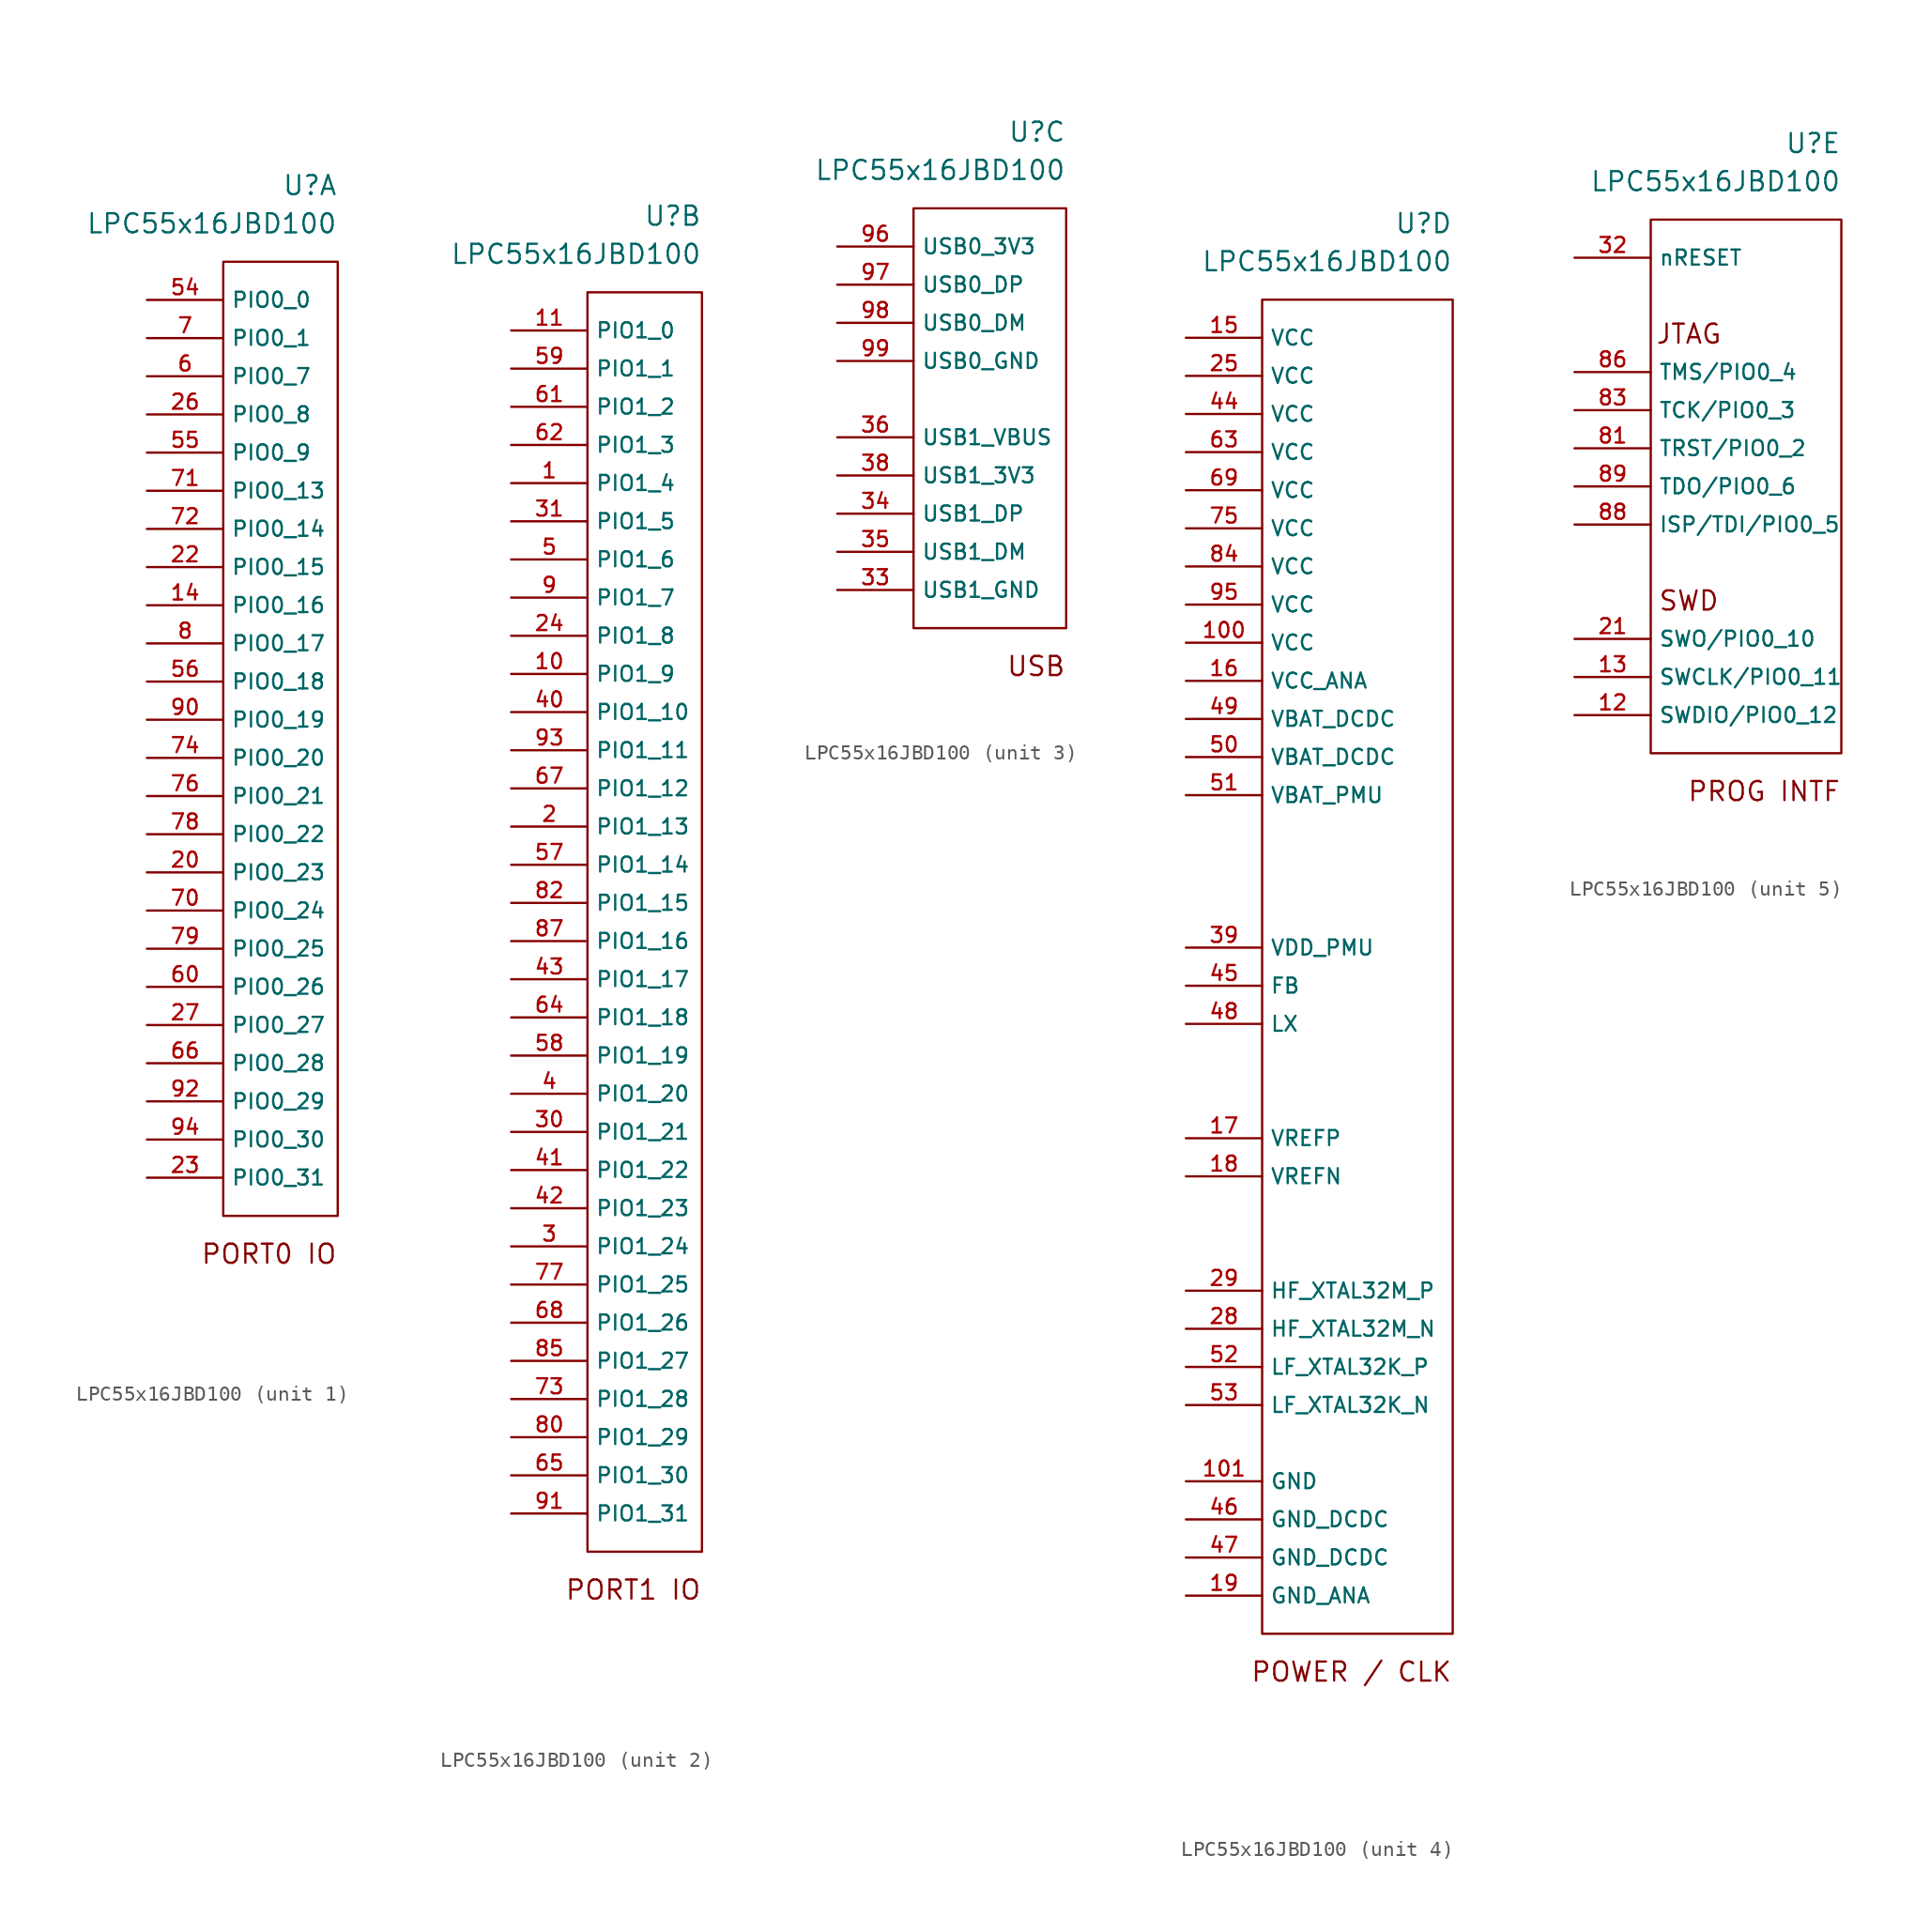
<source format=kicad_sym>
(kicad_symbol_lib
  (version 20220914)
  (generator kicad_symbol_editor)
  (symbol "LPC55x16JBD100"
    (property "Reference" "U"
      (at 0 5.08 0)
      (effects (font (size 1.27 1.27)) (justify right)))
    (property "Value" "LPC55x16JBD100"
      (at 0 2.54 0)
      (effects (font (size 1.27 1.27)) (justify right)))
    (property "ki_locked" ""
      (at 0 0 0)
      (effects (font (size 1.27 1.27))))
    (symbol "LPC55x16JBD100_1_0"
      (text "PORT0 IO" (at 0 -66.04 0) (effects (font (size 1.27 1.27)) (justify right))))
    (symbol "LPC55x16JBD100_1_1"
      (rectangle (start -7.62 0) (end 0 -63.5) (stroke (width 0.152) (type default)) (fill (type none)))
      (pin input line (at -12.7 -22.86 0) (length 5.08) (name "PIO0_16" (effects (font (size 1 1)))) (number "14" (effects (font (size 1 1)))))
      (pin input line (at -12.7 -40.64 0) (length 5.08) (name "PIO0_23" (effects (font (size 1 1)))) (number "20" (effects (font (size 1 1)))))
      (pin input line (at -12.7 -20.32 0) (length 5.08) (name "PIO0_15" (effects (font (size 1 1)))) (number "22" (effects (font (size 1 1)))))
      (pin input line (at -12.7 -60.96 0) (length 5.08) (name "PIO0_31" (effects (font (size 1 1)))) (number "23" (effects (font (size 1 1)))))
      (pin input line (at -12.7 -10.16 0) (length 5.08) (name "PIO0_8" (effects (font (size 1 1)))) (number "26" (effects (font (size 1 1)))))
      (pin input line (at -12.7 -50.8 0) (length 5.08) (name "PIO0_27" (effects (font (size 1 1)))) (number "27" (effects (font (size 1 1)))))
      (pin input line (at -12.7 -2.54 0) (length 5.08) (name "PIO0_0" (effects (font (size 1 1)))) (number "54" (effects (font (size 1 1)))))
      (pin input line (at -12.7 -12.7 0) (length 5.08) (name "PIO0_9" (effects (font (size 1 1)))) (number "55" (effects (font (size 1 1)))))
      (pin input line (at -12.7 -27.94 0) (length 5.08) (name "PIO0_18" (effects (font (size 1 1)))) (number "56" (effects (font (size 1 1)))))
      (pin input line (at -12.7 -7.62 0) (length 5.08) (name "PIO0_7" (effects (font (size 1 1)))) (number "6" (effects (font (size 1 1)))))
      (pin input line (at -12.7 -48.26 0) (length 5.08) (name "PIO0_26" (effects (font (size 1 1)))) (number "60" (effects (font (size 1 1)))))
      (pin input line (at -12.7 -53.34 0) (length 5.08) (name "PIO0_28" (effects (font (size 1 1)))) (number "66" (effects (font (size 1 1)))))
      (pin input line (at -12.7 -5.08 0) (length 5.08) (name "PIO0_1" (effects (font (size 1 1)))) (number "7" (effects (font (size 1 1)))))
      (pin input line (at -12.7 -43.18 0) (length 5.08) (name "PIO0_24" (effects (font (size 1 1)))) (number "70" (effects (font (size 1 1)))))
      (pin input line (at -12.7 -15.24 0) (length 5.08) (name "PIO0_13" (effects (font (size 1 1)))) (number "71" (effects (font (size 1 1)))))
      (pin input line (at -12.7 -17.78 0) (length 5.08) (name "PIO0_14" (effects (font (size 1 1)))) (number "72" (effects (font (size 1 1)))))
      (pin input line (at -12.7 -33.02 0) (length 5.08) (name "PIO0_20" (effects (font (size 1 1)))) (number "74" (effects (font (size 1 1)))))
      (pin input line (at -12.7 -35.56 0) (length 5.08) (name "PIO0_21" (effects (font (size 1 1)))) (number "76" (effects (font (size 1 1)))))
      (pin input line (at -12.7 -38.1 0) (length 5.08) (name "PIO0_22" (effects (font (size 1 1)))) (number "78" (effects (font (size 1 1)))))
      (pin input line (at -12.7 -45.72 0) (length 5.08) (name "PIO0_25" (effects (font (size 1 1)))) (number "79" (effects (font (size 1 1)))))
      (pin input line (at -12.7 -25.4 0) (length 5.08) (name "PIO0_17" (effects (font (size 1 1)))) (number "8" (effects (font (size 1 1)))))
      (pin input line (at -12.7 -30.48 0) (length 5.08) (name "PIO0_19" (effects (font (size 1 1)))) (number "90" (effects (font (size 1 1)))))
      (pin input line (at -12.7 -55.88 0) (length 5.08) (name "PIO0_29" (effects (font (size 1 1)))) (number "92" (effects (font (size 1 1)))))
      (pin input line (at -12.7 -58.42 0) (length 5.08) (name "PIO0_30" (effects (font (size 1 1)))) (number "94" (effects (font (size 1 1))))))
    (symbol "LPC55x16JBD100_2_0"
      (text "PORT1 IO" (at 0 -86.36 0) (effects (font (size 1.27 1.27)) (justify right))))
    (symbol "LPC55x16JBD100_2_1"
      (rectangle (start -7.62 0) (end 0 -83.82) (stroke (width 0.152) (type default)) (fill (type none)))
      (pin input line (at -12.7 -12.7 0) (length 5.08) (name "PIO1_4" (effects (font (size 1 1)))) (number "1" (effects (font (size 1 1)))))
      (pin input line (at -12.7 -25.4 0) (length 5.08) (name "PIO1_9" (effects (font (size 1 1)))) (number "10" (effects (font (size 1 1)))))
      (pin input line (at -12.7 -2.54 0) (length 5.08) (name "PIO1_0" (effects (font (size 1 1)))) (number "11" (effects (font (size 1 1)))))
      (pin input line (at -12.7 -35.56 0) (length 5.08) (name "PIO1_13" (effects (font (size 1 1)))) (number "2" (effects (font (size 1 1)))))
      (pin input line (at -12.7 -22.86 0) (length 5.08) (name "PIO1_8" (effects (font (size 1 1)))) (number "24" (effects (font (size 1 1)))))
      (pin input line (at -12.7 -63.5 0) (length 5.08) (name "PIO1_24" (effects (font (size 1 1)))) (number "3" (effects (font (size 1 1)))))
      (pin input line (at -12.7 -55.88 0) (length 5.08) (name "PIO1_21" (effects (font (size 1 1)))) (number "30" (effects (font (size 1 1)))))
      (pin input line (at -12.7 -15.24 0) (length 5.08) (name "PIO1_5" (effects (font (size 1 1)))) (number "31" (effects (font (size 1 1)))))
      (pin input line (at -12.7 -53.34 0) (length 5.08) (name "PIO1_20" (effects (font (size 1 1)))) (number "4" (effects (font (size 1 1)))))
      (pin input line (at -12.7 -27.94 0) (length 5.08) (name "PIO1_10" (effects (font (size 1 1)))) (number "40" (effects (font (size 1 1)))))
      (pin input line (at -12.7 -58.42 0) (length 5.08) (name "PIO1_22" (effects (font (size 1 1)))) (number "41" (effects (font (size 1 1)))))
      (pin input line (at -12.7 -60.96 0) (length 5.08) (name "PIO1_23" (effects (font (size 1 1)))) (number "42" (effects (font (size 1 1)))))
      (pin input line (at -12.7 -45.72 0) (length 5.08) (name "PIO1_17" (effects (font (size 1 1)))) (number "43" (effects (font (size 1 1)))))
      (pin input line (at -12.7 -17.78 0) (length 5.08) (name "PIO1_6" (effects (font (size 1 1)))) (number "5" (effects (font (size 1 1)))))
      (pin input line (at -12.7 -38.1 0) (length 5.08) (name "PIO1_14" (effects (font (size 1 1)))) (number "57" (effects (font (size 1 1)))))
      (pin input line (at -12.7 -50.8 0) (length 5.08) (name "PIO1_19" (effects (font (size 1 1)))) (number "58" (effects (font (size 1 1)))))
      (pin input line (at -12.7 -5.08 0) (length 5.08) (name "PIO1_1" (effects (font (size 1 1)))) (number "59" (effects (font (size 1 1)))))
      (pin input line (at -12.7 -7.62 0) (length 5.08) (name "PIO1_2" (effects (font (size 1 1)))) (number "61" (effects (font (size 1 1)))))
      (pin input line (at -12.7 -10.16 0) (length 5.08) (name "PIO1_3" (effects (font (size 1 1)))) (number "62" (effects (font (size 1 1)))))
      (pin input line (at -12.7 -48.26 0) (length 5.08) (name "PIO1_18" (effects (font (size 1 1)))) (number "64" (effects (font (size 1 1)))))
      (pin input line (at -12.7 -78.74 0) (length 5.08) (name "PIO1_30" (effects (font (size 1 1)))) (number "65" (effects (font (size 1 1)))))
      (pin input line (at -12.7 -33.02 0) (length 5.08) (name "PIO1_12" (effects (font (size 1 1)))) (number "67" (effects (font (size 1 1)))))
      (pin input line (at -12.7 -68.58 0) (length 5.08) (name "PIO1_26" (effects (font (size 1 1)))) (number "68" (effects (font (size 1 1)))))
      (pin input line (at -12.7 -73.66 0) (length 5.08) (name "PIO1_28" (effects (font (size 1 1)))) (number "73" (effects (font (size 1 1)))))
      (pin input line (at -12.7 -66.04 0) (length 5.08) (name "PIO1_25" (effects (font (size 1 1)))) (number "77" (effects (font (size 1 1)))))
      (pin input line (at -12.7 -76.2 0) (length 5.08) (name "PIO1_29" (effects (font (size 1 1)))) (number "80" (effects (font (size 1 1)))))
      (pin input line (at -12.7 -40.64 0) (length 5.08) (name "PIO1_15" (effects (font (size 1 1)))) (number "82" (effects (font (size 1 1)))))
      (pin input line (at -12.7 -71.12 0) (length 5.08) (name "PIO1_27" (effects (font (size 1 1)))) (number "85" (effects (font (size 1 1)))))
      (pin input line (at -12.7 -43.18 0) (length 5.08) (name "PIO1_16" (effects (font (size 1 1)))) (number "87" (effects (font (size 1 1)))))
      (pin input line (at -12.7 -20.32 0) (length 5.08) (name "PIO1_7" (effects (font (size 1 1)))) (number "9" (effects (font (size 1 1)))))
      (pin input line (at -12.7 -81.28 0) (length 5.08) (name "PIO1_31" (effects (font (size 1 1)))) (number "91" (effects (font (size 1 1)))))
      (pin input line (at -12.7 -30.48 0) (length 5.08) (name "PIO1_11" (effects (font (size 1 1)))) (number "93" (effects (font (size 1 1))))))
    (symbol "LPC55x16JBD100_3_0"
      (rectangle (start -10.16 0) (end 0 -27.94) (stroke (width 0.152) (type default)) (fill (type none)))
      (text "USB" (at 0 -30.48 0) (effects (font (size 1.27 1.27)) (justify right))))
    (symbol "LPC55x16JBD100_3_1"
      (pin input line (at -15.24 -25.4 0) (length 5.08) (name "USB1_GND" (effects (font (size 1 1)))) (number "33" (effects (font (size 1 1)))))
      (pin input line (at -15.24 -20.32 0) (length 5.08) (name "USB1_DP" (effects (font (size 1 1)))) (number "34" (effects (font (size 1 1)))))
      (pin input line (at -15.24 -22.86 0) (length 5.08) (name "USB1_DM" (effects (font (size 1 1)))) (number "35" (effects (font (size 1 1)))))
      (pin input line (at -15.24 -15.24 0) (length 5.08) (name "USB1_VBUS" (effects (font (size 1 1)))) (number "36" (effects (font (size 1 1)))))
      (pin input line (at -15.24 -25.4 0) (length 5.08) hide (name "USB1_GND" (effects (font (size 1 1)))) (number "37" (effects (font (size 1 1)))))
      (pin input line (at -15.24 -17.78 0) (length 5.08) (name "USB1_3V3" (effects (font (size 1 1)))) (number "38" (effects (font (size 1 1)))))
      (pin input line (at -15.24 -2.54 0) (length 5.08) (name "USB0_3V3" (effects (font (size 1 1)))) (number "96" (effects (font (size 1 1)))))
      (pin input line (at -15.24 -5.08 0) (length 5.08) (name "USB0_DP" (effects (font (size 1 1)))) (number "97" (effects (font (size 1 1)))))
      (pin input line (at -15.24 -7.62 0) (length 5.08) (name "USB0_DM" (effects (font (size 1 1)))) (number "98" (effects (font (size 1 1)))))
      (pin input line (at -15.24 -10.16 0) (length 5.08) (name "USB0_GND" (effects (font (size 1 1)))) (number "99" (effects (font (size 1 1))))))
    (symbol "LPC55x16JBD100_4_0"
      (rectangle (start -12.7 0) (end 0 -88.9) (stroke (width 0.152) (type default)) (fill (type none)))
      (text "POWER / CLK" (at 0 -91.44 0) (effects (font (size 1.27 1.27)) (justify right))))
    (symbol "LPC55x16JBD100_4_1"
      (pin input line (at -17.78 -22.86 0) (length 5.08) (name "VCC" (effects (font (size 1 1)))) (number "100" (effects (font (size 1 1)))))
      (pin input line (at -17.78 -78.74 0) (length 5.08) (name "GND" (effects (font (size 1 1)))) (number "101" (effects (font (size 1 1)))))
      (pin input line (at -17.78 -2.54 0) (length 5.08) (name "VCC" (effects (font (size 1 1)))) (number "15" (effects (font (size 1 1)))))
      (pin input line (at -17.78 -25.4 0) (length 5.08) (name "VCC_ANA" (effects (font (size 1 1)))) (number "16" (effects (font (size 1 1)))))
      (pin input line (at -17.78 -55.88 0) (length 5.08) (name "VREFP" (effects (font (size 1 1)))) (number "17" (effects (font (size 1 1)))))
      (pin input line (at -17.78 -58.42 0) (length 5.08) (name "VREFN" (effects (font (size 1 1)))) (number "18" (effects (font (size 1 1)))))
      (pin input line (at -17.78 -86.36 0) (length 5.08) (name "GND_ANA" (effects (font (size 1 1)))) (number "19" (effects (font (size 1 1)))))
      (pin input line (at -17.78 -5.08 0) (length 5.08) (name "VCC" (effects (font (size 1 1)))) (number "25" (effects (font (size 1 1)))))
      (pin input line (at -17.78 -68.58 0) (length 5.08) (name "HF_XTAL32M_N" (effects (font (size 1 1)))) (number "28" (effects (font (size 1 1)))))
      (pin input line (at -17.78 -66.04 0) (length 5.08) (name "HF_XTAL32M_P" (effects (font (size 1 1)))) (number "29" (effects (font (size 1 1)))))
      (pin input line (at -17.78 -43.18 0) (length 5.08) (name "VDD_PMU" (effects (font (size 1 1)))) (number "39" (effects (font (size 1 1)))))
      (pin input line (at -17.78 -7.62 0) (length 5.08) (name "VCC" (effects (font (size 1 1)))) (number "44" (effects (font (size 1 1)))))
      (pin input line (at -17.78 -45.72 0) (length 5.08) (name "FB" (effects (font (size 1 1)))) (number "45" (effects (font (size 1 1)))))
      (pin input line (at -17.78 -81.28 0) (length 5.08) (name "GND_DCDC" (effects (font (size 1 1)))) (number "46" (effects (font (size 1 1)))))
      (pin input line (at -17.78 -83.82 0) (length 5.08) (name "GND_DCDC" (effects (font (size 1 1)))) (number "47" (effects (font (size 1 1)))))
      (pin input line (at -17.78 -48.26 0) (length 5.08) (name "LX" (effects (font (size 1 1)))) (number "48" (effects (font (size 1 1)))))
      (pin input line (at -17.78 -27.94 0) (length 5.08) (name "VBAT_DCDC" (effects (font (size 1 1)))) (number "49" (effects (font (size 1 1)))))
      (pin input line (at -17.78 -30.48 0) (length 5.08) (name "VBAT_DCDC" (effects (font (size 1 1)))) (number "50" (effects (font (size 1 1)))))
      (pin input line (at -17.78 -33.02 0) (length 5.08) (name "VBAT_PMU" (effects (font (size 1 1)))) (number "51" (effects (font (size 1 1)))))
      (pin input line (at -17.78 -71.12 0) (length 5.08) (name "LF_XTAL32K_P" (effects (font (size 1 1)))) (number "52" (effects (font (size 1 1)))))
      (pin input line (at -17.78 -73.66 0) (length 5.08) (name "LF_XTAL32K_N" (effects (font (size 1 1)))) (number "53" (effects (font (size 1 1)))))
      (pin input line (at -17.78 -10.16 0) (length 5.08) (name "VCC" (effects (font (size 1 1)))) (number "63" (effects (font (size 1 1)))))
      (pin input line (at -17.78 -12.7 0) (length 5.08) (name "VCC" (effects (font (size 1 1)))) (number "69" (effects (font (size 1 1)))))
      (pin input line (at -17.78 -15.24 0) (length 5.08) (name "VCC" (effects (font (size 1 1)))) (number "75" (effects (font (size 1 1)))))
      (pin input line (at -17.78 -17.78 0) (length 5.08) (name "VCC" (effects (font (size 1 1)))) (number "84" (effects (font (size 1 1)))))
      (pin input line (at -17.78 -20.32 0) (length 5.08) (name "VCC" (effects (font (size 1 1)))) (number "95" (effects (font (size 1 1))))))
    (symbol "LPC55x16JBD100_5_0"
      (text "JTAG" (at -10.16 -7.62 0) (effects (font (size 1.27 1.27))))
      (text "PROG INTF" (at 0 -38.1 0) (effects (font (size 1.27 1.27)) (justify right)))
      (text "SWD" (at -10.16 -25.4 0) (effects (font (size 1.27 1.27)))))
    (symbol "LPC55x16JBD100_5_1"
      (rectangle (start -12.7 0) (end 0 -35.56) (stroke (width 0.152) (type default)) (fill (type none)))
      (pin input line (at -17.78 -33.02 0) (length 5.08) (name "SWDIO/PIO0_12" (effects (font (size 1 1)))) (number "12" (effects (font (size 1 1)))))
      (pin input line (at -17.78 -30.48 0) (length 5.08) (name "SWCLK/PIO0_11" (effects (font (size 1 1)))) (number "13" (effects (font (size 1 1)))))
      (pin input line (at -17.78 -27.94 0) (length 5.08) (name "SWO/PIO0_10" (effects (font (size 1 1)))) (number "21" (effects (font (size 1 1)))))
      (pin input line (at -17.78 -2.54 0) (length 5.08) (name "nRESET" (effects (font (size 1 1)))) (number "32" (effects (font (size 1 1)))))
      (pin input line (at -17.78 -15.24 0) (length 5.08) (name "TRST/PIO0_2" (effects (font (size 1 1)))) (number "81" (effects (font (size 1 1)))))
      (pin input line (at -17.78 -12.7 0) (length 5.08) (name "TCK/PIO0_3" (effects (font (size 1 1)))) (number "83" (effects (font (size 1 1)))))
      (pin input line (at -17.78 -10.16 0) (length 5.08) (name "TMS/PIO0_4" (effects (font (size 1 1)))) (number "86" (effects (font (size 1 1)))))
      (pin input line (at -17.78 -20.32 0) (length 5.08) (name "ISP/TDI/PIO0_5" (effects (font (size 1 1)))) (number "88" (effects (font (size 1 1)))))
      (pin input line (at -17.78 -17.78 0) (length 5.08) (name "TDO/PIO0_6" (effects (font (size 1 1)))) (number "89" (effects (font (size 1 1))))))))
</source>
